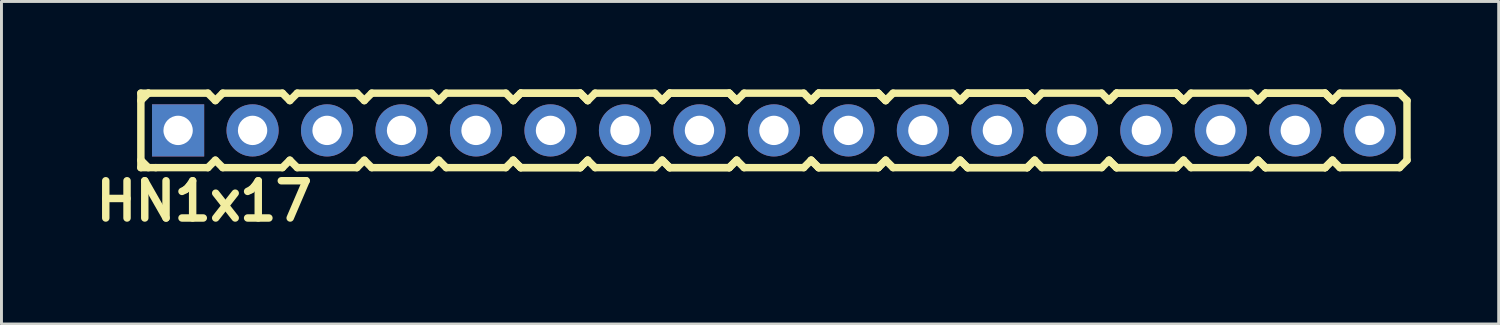
<source format=kicad_pcb>
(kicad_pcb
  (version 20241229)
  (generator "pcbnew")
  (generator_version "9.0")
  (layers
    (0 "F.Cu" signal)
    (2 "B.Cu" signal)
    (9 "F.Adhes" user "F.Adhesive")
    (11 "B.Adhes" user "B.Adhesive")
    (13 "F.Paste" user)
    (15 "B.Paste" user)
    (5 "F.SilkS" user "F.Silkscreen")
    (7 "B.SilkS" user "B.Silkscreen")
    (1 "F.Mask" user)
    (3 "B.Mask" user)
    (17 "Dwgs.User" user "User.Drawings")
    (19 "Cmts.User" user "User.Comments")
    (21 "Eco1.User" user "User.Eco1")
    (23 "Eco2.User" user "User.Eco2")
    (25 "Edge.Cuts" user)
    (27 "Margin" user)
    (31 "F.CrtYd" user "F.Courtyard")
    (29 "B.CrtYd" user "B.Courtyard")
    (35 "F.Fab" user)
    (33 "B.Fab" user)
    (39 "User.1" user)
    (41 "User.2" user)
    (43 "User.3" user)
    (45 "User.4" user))
  (footprint "HN1x17"
    (layer "F.Cu")
    (at 22.074 1.397)
    (property "Reference" "HN1x17" (at -18.161 2.413 0) (layer "F.SilkS") (effects (font (size 1.27 1.27) (thickness 0.254))))
    (attr smd)
    (fp_line (start -20.32 -1.27) (end -20.32 1.27) (stroke (width 0.254) (type solid)) (layer "F.SilkS"))
    (fp_line (start -20.32 -1.27) (end -20.066 -1.27) (stroke (width 0.254) (type solid)) (layer "F.SilkS"))
    (fp_line (start -20.32 -1.016) (end -20.066 -1.27) (stroke (width 0.254) (type solid)) (layer "F.SilkS"))
    (fp_line (start -20.066 -1.27) (end -18.034 -1.27) (stroke (width 0.254) (type solid)) (layer "F.SilkS"))
    (fp_line (start -20.066 1.27) (end -20.32 1.016) (stroke (width 0.254) (type solid)) (layer "F.SilkS"))
    (fp_line (start -19.812 1.27) (end -20.32 1.27) (stroke (width 0.254) (type solid)) (layer "F.SilkS"))
    (fp_line (start -18.034 -1.27) (end -17.78 -1.016) (stroke (width 0.254) (type solid)) (layer "F.SilkS"))
    (fp_line (start -18.034 1.27) (end -19.812 1.27) (stroke (width 0.254) (type solid)) (layer "F.SilkS"))
    (fp_line (start -17.78 -1.016) (end -17.526 -1.27) (stroke (width 0.254) (type solid)) (layer "F.SilkS"))
    (fp_line (start -17.78 1.016) (end -18.034 1.27) (stroke (width 0.254) (type solid)) (layer "F.SilkS"))
    (fp_line (start -17.526 -1.27) (end -15.494 -1.27) (stroke (width 0.254) (type solid)) (layer "F.SilkS"))
    (fp_line (start -17.526 1.27) (end -17.78 1.016) (stroke (width 0.254) (type solid)) (layer "F.SilkS"))
    (fp_line (start -15.494 -1.27) (end -15.24 -1.016) (stroke (width 0.254) (type solid)) (layer "F.SilkS"))
    (fp_line (start -15.494 1.27) (end -17.526 1.27) (stroke (width 0.254) (type solid)) (layer "F.SilkS"))
    (fp_line (start -15.494 1.27) (end -15.24 1.016) (stroke (width 0.254) (type solid)) (layer "F.SilkS"))
    (fp_line (start -15.24 -1.016) (end -14.986 -1.27) (stroke (width 0.254) (type solid)) (layer "F.SilkS"))
    (fp_line (start -15.24 1.016) (end -14.986 1.27) (stroke (width 0.254) (type solid)) (layer "F.SilkS"))
    (fp_line (start -14.986 -1.27) (end -12.954 -1.27) (stroke (width 0.254) (type solid)) (layer "F.SilkS"))
    (fp_line (start -12.954 -1.27) (end -12.7 -1.016) (stroke (width 0.254) (type solid)) (layer "F.SilkS"))
    (fp_line (start -12.954 1.27) (end -14.986 1.27) (stroke (width 0.254) (type solid)) (layer "F.SilkS"))
    (fp_line (start -12.7 -1.016) (end -12.446 -1.27) (stroke (width 0.254) (type solid)) (layer "F.SilkS"))
    (fp_line (start -12.7 1.016) (end -12.954 1.27) (stroke (width 0.254) (type solid)) (layer "F.SilkS"))
    (fp_line (start -12.446 -1.27) (end -10.414 -1.27) (stroke (width 0.254) (type solid)) (layer "F.SilkS"))
    (fp_line (start -12.446 1.27) (end -12.7 1.016) (stroke (width 0.254) (type solid)) (layer "F.SilkS"))
    (fp_line (start -10.414 -1.27) (end -10.16 -1.016) (stroke (width 0.254) (type solid)) (layer "F.SilkS"))
    (fp_line (start -10.414 1.27) (end -12.446 1.27) (stroke (width 0.254) (type solid)) (layer "F.SilkS"))
    (fp_line (start -10.16 -1.016) (end -9.906 -1.27) (stroke (width 0.254) (type solid)) (layer "F.SilkS"))
    (fp_line (start -10.16 1.016) (end -10.414 1.27) (stroke (width 0.254) (type solid)) (layer "F.SilkS"))
    (fp_line (start -9.906 -1.27) (end -7.874 -1.27) (stroke (width 0.254) (type solid)) (layer "F.SilkS"))
    (fp_line (start -9.906 1.27) (end -10.16 1.016) (stroke (width 0.254) (type solid)) (layer "F.SilkS"))
    (fp_line (start -7.874 -1.27) (end -7.62 -1.016) (stroke (width 0.254) (type solid)) (layer "F.SilkS"))
    (fp_line (start -7.874 1.27) (end -9.906 1.27) (stroke (width 0.254) (type solid)) (layer "F.SilkS"))
    (fp_line (start -7.62 -1.016) (end -7.366 -1.27) (stroke (width 0.254) (type solid)) (layer "F.SilkS"))
    (fp_line (start -7.62 -1.016) (end -7.366 -1.27) (stroke (width 0.254) (type solid)) (layer "F.SilkS"))
    (fp_line (start -7.62 1.016) (end -7.874 1.27) (stroke (width 0.254) (type solid)) (layer "F.SilkS"))
    (fp_line (start -7.366 -1.27) (end -5.334 -1.27) (stroke (width 0.254) (type solid)) (layer "F.SilkS"))
    (fp_line (start -7.366 -1.27) (end -5.334 -1.27) (stroke (width 0.254) (type solid)) (layer "F.SilkS"))
    (fp_line (start -7.366 1.27) (end -7.62 1.016) (stroke (width 0.254) (type solid)) (layer "F.SilkS"))
    (fp_line (start -7.366 1.27) (end -7.62 1.016) (stroke (width 0.254) (type solid)) (layer "F.SilkS"))
    (fp_line (start -5.334 -1.27) (end -5.08 -1.016) (stroke (width 0.254) (type solid)) (layer "F.SilkS"))
    (fp_line (start -5.334 -1.27) (end -5.08 -1.016) (stroke (width 0.254) (type solid)) (layer "F.SilkS"))
    (fp_line (start -5.334 1.27) (end -7.366 1.27) (stroke (width 0.254) (type solid)) (layer "F.SilkS"))
    (fp_line (start -5.334 1.27) (end -7.366 1.27) (stroke (width 0.254) (type solid)) (layer "F.SilkS"))
    (fp_line (start -5.08 -1.016) (end -4.826 -1.27) (stroke (width 0.254) (type solid)) (layer "F.SilkS"))
    (fp_line (start -5.08 1.016) (end -5.334 1.27) (stroke (width 0.254) (type solid)) (layer "F.SilkS"))
    (fp_line (start -5.08 1.016) (end -5.334 1.27) (stroke (width 0.254) (type solid)) (layer "F.SilkS"))
    (fp_line (start -4.826 -1.27) (end -2.794 -1.27) (stroke (width 0.254) (type solid)) (layer "F.SilkS"))
    (fp_line (start -4.826 1.27) (end -5.08 1.016) (stroke (width 0.254) (type solid)) (layer "F.SilkS"))
    (fp_line (start -2.794 -1.27) (end -2.54 -1.016) (stroke (width 0.254) (type solid)) (layer "F.SilkS"))
    (fp_line (start -2.794 1.27) (end -4.826 1.27) (stroke (width 0.254) (type solid)) (layer "F.SilkS"))
    (fp_line (start -2.54 -1.016) (end -2.286 -1.27) (stroke (width 0.254) (type solid)) (layer "F.SilkS"))
    (fp_line (start -2.54 -1.016) (end -2.286 -1.27) (stroke (width 0.254) (type solid)) (layer "F.SilkS"))
    (fp_line (start -2.54 1.016) (end -2.794 1.27) (stroke (width 0.254) (type solid)) (layer "F.SilkS"))
    (fp_line (start -2.286 -1.27) (end -0.254 -1.27) (stroke (width 0.254) (type solid)) (layer "F.SilkS"))
    (fp_line (start -2.286 -1.27) (end -0.254 -1.27) (stroke (width 0.254) (type solid)) (layer "F.SilkS"))
    (fp_line (start -2.286 1.27) (end -2.54 1.016) (stroke (width 0.254) (type solid)) (layer "F.SilkS"))
    (fp_line (start -2.286 1.27) (end -2.54 1.016) (stroke (width 0.254) (type solid)) (layer "F.SilkS"))
    (fp_line (start -0.254 -1.27) (end 0 -1.016) (stroke (width 0.254) (type solid)) (layer "F.SilkS"))
    (fp_line (start -0.254 -1.27) (end 0 -1.016) (stroke (width 0.254) (type solid)) (layer "F.SilkS"))
    (fp_line (start -0.254 1.27) (end -2.286 1.27) (stroke (width 0.254) (type solid)) (layer "F.SilkS"))
    (fp_line (start -0.254 1.27) (end -2.286 1.27) (stroke (width 0.254) (type solid)) (layer "F.SilkS"))
    (fp_line (start 0 -1.016) (end 0.254 -1.27) (stroke (width 0.254) (type solid)) (layer "F.SilkS"))
    (fp_line (start 0 1.016) (end -0.254 1.27) (stroke (width 0.254) (type solid)) (layer "F.SilkS"))
    (fp_line (start 0 1.016) (end -0.254 1.27) (stroke (width 0.254) (type solid)) (layer "F.SilkS"))
    (fp_line (start 0.254 -1.27) (end 2.286 -1.27) (stroke (width 0.254) (type solid)) (layer "F.SilkS"))
    (fp_line (start 0.254 1.27) (end 0 1.016) (stroke (width 0.254) (type solid)) (layer "F.SilkS"))
    (fp_line (start 2.286 -1.27) (end 2.54 -1.016) (stroke (width 0.254) (type solid)) (layer "F.SilkS"))
    (fp_line (start 2.286 1.27) (end 0.254 1.27) (stroke (width 0.254) (type solid)) (layer "F.SilkS"))
    (fp_line (start 2.54 -1.016) (end 2.794 -1.27) (stroke (width 0.254) (type solid)) (layer "F.SilkS"))
    (fp_line (start 2.54 -1.016) (end 2.794 -1.27) (stroke (width 0.254) (type solid)) (layer "F.SilkS"))
    (fp_line (start 2.54 1.016) (end 2.286 1.27) (stroke (width 0.254) (type solid)) (layer "F.SilkS"))
    (fp_line (start 2.794 -1.27) (end 4.826 -1.27) (stroke (width 0.254) (type solid)) (layer "F.SilkS"))
    (fp_line (start 2.794 -1.27) (end 4.826 -1.27) (stroke (width 0.254) (type solid)) (layer "F.SilkS"))
    (fp_line (start 2.794 1.27) (end 2.54 1.016) (stroke (width 0.254) (type solid)) (layer "F.SilkS"))
    (fp_line (start 2.794 1.27) (end 2.54 1.016) (stroke (width 0.254) (type solid)) (layer "F.SilkS"))
    (fp_line (start 4.826 -1.27) (end 5.08 -1.016) (stroke (width 0.254) (type solid)) (layer "F.SilkS"))
    (fp_line (start 4.826 -1.27) (end 5.08 -1.016) (stroke (width 0.254) (type solid)) (layer "F.SilkS"))
    (fp_line (start 4.826 1.27) (end 2.794 1.27) (stroke (width 0.254) (type solid)) (layer "F.SilkS"))
    (fp_line (start 4.826 1.27) (end 2.794 1.27) (stroke (width 0.254) (type solid)) (layer "F.SilkS"))
    (fp_line (start 5.08 -1.016) (end 5.334 -1.27) (stroke (width 0.254) (type solid)) (layer "F.SilkS"))
    (fp_line (start 5.08 1.016) (end 4.826 1.27) (stroke (width 0.254) (type solid)) (layer "F.SilkS"))
    (fp_line (start 5.08 1.016) (end 4.826 1.27) (stroke (width 0.254) (type solid)) (layer "F.SilkS"))
    (fp_line (start 5.334 -1.27) (end 7.366 -1.27) (stroke (width 0.254) (type solid)) (layer "F.SilkS"))
    (fp_line (start 5.334 1.27) (end 5.08 1.016) (stroke (width 0.254) (type solid)) (layer "F.SilkS"))
    (fp_line (start 7.366 -1.27) (end 7.62 -1.016) (stroke (width 0.254) (type solid)) (layer "F.SilkS"))
    (fp_line (start 7.366 1.27) (end 5.334 1.27) (stroke (width 0.254) (type solid)) (layer "F.SilkS"))
    (fp_line (start 7.62 -1.016) (end 7.874 -1.27) (stroke (width 0.254) (type solid)) (layer "F.SilkS"))
    (fp_line (start 7.62 -1.016) (end 7.874 -1.27) (stroke (width 0.254) (type solid)) (layer "F.SilkS"))
    (fp_line (start 7.62 1.016) (end 7.366 1.27) (stroke (width 0.254) (type solid)) (layer "F.SilkS"))
    (fp_line (start 7.874 -1.27) (end 9.906 -1.27) (stroke (width 0.254) (type solid)) (layer "F.SilkS"))
    (fp_line (start 7.874 -1.27) (end 9.906 -1.27) (stroke (width 0.254) (type solid)) (layer "F.SilkS"))
    (fp_line (start 7.874 1.27) (end 7.62 1.016) (stroke (width 0.254) (type solid)) (layer "F.SilkS"))
    (fp_line (start 7.874 1.27) (end 7.62 1.016) (stroke (width 0.254) (type solid)) (layer "F.SilkS"))
    (fp_line (start 9.906 -1.27) (end 10.16 -1.016) (stroke (width 0.254) (type solid)) (layer "F.SilkS"))
    (fp_line (start 9.906 -1.27) (end 10.16 -1.016) (stroke (width 0.254) (type solid)) (layer "F.SilkS"))
    (fp_line (start 9.906 1.27) (end 7.874 1.27) (stroke (width 0.254) (type solid)) (layer "F.SilkS"))
    (fp_line (start 9.906 1.27) (end 7.874 1.27) (stroke (width 0.254) (type solid)) (layer "F.SilkS"))
    (fp_line (start 10.16 -1.016) (end 10.414 -1.27) (stroke (width 0.254) (type solid)) (layer "F.SilkS"))
    (fp_line (start 10.16 1.016) (end 9.906 1.27) (stroke (width 0.254) (type solid)) (layer "F.SilkS"))
    (fp_line (start 10.16 1.016) (end 9.906 1.27) (stroke (width 0.254) (type solid)) (layer "F.SilkS"))
    (fp_line (start 10.414 -1.27) (end 12.446 -1.27) (stroke (width 0.254) (type solid)) (layer "F.SilkS"))
    (fp_line (start 10.414 1.27) (end 10.16 1.016) (stroke (width 0.254) (type solid)) (layer "F.SilkS"))
    (fp_line (start 12.446 -1.27) (end 12.7 -1.016) (stroke (width 0.254) (type solid)) (layer "F.SilkS"))
    (fp_line (start 12.446 1.27) (end 10.414 1.27) (stroke (width 0.254) (type solid)) (layer "F.SilkS"))
    (fp_line (start 12.7 -1.016) (end 12.954 -1.27) (stroke (width 0.254) (type solid)) (layer "F.SilkS"))
    (fp_line (start 12.7 -1.016) (end 12.954 -1.27) (stroke (width 0.254) (type solid)) (layer "F.SilkS"))
    (fp_line (start 12.7 1.016) (end 12.446 1.27) (stroke (width 0.254) (type solid)) (layer "F.SilkS"))
    (fp_line (start 12.954 -1.27) (end 14.986 -1.27) (stroke (width 0.254) (type solid)) (layer "F.SilkS"))
    (fp_line (start 12.954 -1.27) (end 14.986 -1.27) (stroke (width 0.254) (type solid)) (layer "F.SilkS"))
    (fp_line (start 12.954 1.27) (end 12.7 1.016) (stroke (width 0.254) (type solid)) (layer "F.SilkS"))
    (fp_line (start 12.954 1.27) (end 12.7 1.016) (stroke (width 0.254) (type solid)) (layer "F.SilkS"))
    (fp_line (start 14.986 -1.27) (end 15.24 -1.016) (stroke (width 0.254) (type solid)) (layer "F.SilkS"))
    (fp_line (start 14.986 -1.27) (end 15.24 -1.016) (stroke (width 0.254) (type solid)) (layer "F.SilkS"))
    (fp_line (start 14.986 1.27) (end 12.954 1.27) (stroke (width 0.254) (type solid)) (layer "F.SilkS"))
    (fp_line (start 14.986 1.27) (end 12.954 1.27) (stroke (width 0.254) (type solid)) (layer "F.SilkS"))
    (fp_line (start 15.24 -1.016) (end 15.494 -1.27) (stroke (width 0.254) (type solid)) (layer "F.SilkS"))
    (fp_line (start 15.24 1.016) (end 14.986 1.27) (stroke (width 0.254) (type solid)) (layer "F.SilkS"))
    (fp_line (start 15.24 1.016) (end 14.986 1.27) (stroke (width 0.254) (type solid)) (layer "F.SilkS"))
    (fp_line (start 15.494 -1.27) (end 17.526 -1.27) (stroke (width 0.254) (type solid)) (layer "F.SilkS"))
    (fp_line (start 15.494 1.27) (end 15.24 1.016) (stroke (width 0.254) (type solid)) (layer "F.SilkS"))
    (fp_line (start 17.526 -1.27) (end 17.78 -1.016) (stroke (width 0.254) (type solid)) (layer "F.SilkS"))
    (fp_line (start 17.526 1.27) (end 15.494 1.27) (stroke (width 0.254) (type solid)) (layer "F.SilkS"))
    (fp_line (start 17.78 -1.016) (end 18.034 -1.27) (stroke (width 0.254) (type solid)) (layer "F.SilkS"))
    (fp_line (start 17.78 -1.016) (end 18.034 -1.27) (stroke (width 0.254) (type solid)) (layer "F.SilkS"))
    (fp_line (start 17.78 1.016) (end 17.526 1.27) (stroke (width 0.254) (type solid)) (layer "F.SilkS"))
    (fp_line (start 18.034 -1.27) (end 20.066 -1.27) (stroke (width 0.254) (type solid)) (layer "F.SilkS"))
    (fp_line (start 18.034 -1.27) (end 20.066 -1.27) (stroke (width 0.254) (type solid)) (layer "F.SilkS"))
    (fp_line (start 18.034 1.27) (end 17.78 1.016) (stroke (width 0.254) (type solid)) (layer "F.SilkS"))
    (fp_line (start 18.034 1.27) (end 17.78 1.016) (stroke (width 0.254) (type solid)) (layer "F.SilkS"))
    (fp_line (start 20.066 -1.27) (end 20.32 -1.016) (stroke (width 0.254) (type solid)) (layer "F.SilkS"))
    (fp_line (start 20.066 -1.27) (end 20.32 -1.016) (stroke (width 0.254) (type solid)) (layer "F.SilkS"))
    (fp_line (start 20.066 1.27) (end 18.034 1.27) (stroke (width 0.254) (type solid)) (layer "F.SilkS"))
    (fp_line (start 20.066 1.27) (end 18.034 1.27) (stroke (width 0.254) (type solid)) (layer "F.SilkS"))
    (fp_line (start 20.32 -1.016) (end 20.574 -1.27) (stroke (width 0.254) (type solid)) (layer "F.SilkS"))
    (fp_line (start 20.32 1.016) (end 20.066 1.27) (stroke (width 0.254) (type solid)) (layer "F.SilkS"))
    (fp_line (start 20.32 1.016) (end 20.066 1.27) (stroke (width 0.254) (type solid)) (layer "F.SilkS"))
    (fp_line (start 20.574 -1.27) (end 22.606 -1.27) (stroke (width 0.254) (type solid)) (layer "F.SilkS"))
    (fp_line (start 20.574 1.27) (end 20.32 1.016) (stroke (width 0.254) (type solid)) (layer "F.SilkS"))
    (fp_line (start 22.606 -1.27) (end 22.86 -1.016) (stroke (width 0.254) (type solid)) (layer "F.SilkS"))
    (fp_line (start 22.606 1.27) (end 20.574 1.27) (stroke (width 0.254) (type solid)) (layer "F.SilkS"))
    (fp_line (start 22.86 -1.016) (end 22.86 1.016) (stroke (width 0.254) (type solid)) (layer "F.SilkS"))
    (fp_line (start 22.86 1.016) (end 22.606 1.27) (stroke (width 0.254) (type solid)) (layer "F.SilkS"))
    (pad "1" thru_hole rect (at -19.05 0) (size 1.778 1.778) (drill 1) (layers "*.Cu" "*.Mask"))
    (pad "2" thru_hole circle (at -16.51 0) (size 1.778 1.778) (drill 1) (layers "*.Cu" "*.Mask"))
    (pad "3" thru_hole circle (at -13.97 0) (size 1.778 1.778) (drill 1) (layers "*.Cu" "*.Mask"))
    (pad "4" thru_hole circle (at -11.43 0) (size 1.778 1.778) (drill 1) (layers "*.Cu" "*.Mask"))
    (pad "5" thru_hole circle (at -8.89 0) (size 1.778 1.778) (drill 1) (layers "*.Cu" "*.Mask"))
    (pad "6" thru_hole circle (at -6.35 0) (size 1.778 1.778) (drill 1) (layers "*.Cu" "*.Mask"))
    (pad "7" thru_hole circle (at -3.81 0) (size 1.778 1.778) (drill 1) (layers "*.Cu" "*.Mask"))
    (pad "8" thru_hole circle (at -1.27 0) (size 1.778 1.778) (drill 1) (layers "*.Cu" "*.Mask"))
    (pad "9" thru_hole circle (at 1.27 0) (size 1.778 1.778) (drill 1) (layers "*.Cu" "*.Mask"))
    (pad "10" thru_hole circle (at 3.81 0) (size 1.778 1.778) (drill 1) (layers "*.Cu" "*.Mask"))
    (pad "11" thru_hole circle (at 6.35 0) (size 1.778 1.778) (drill 1) (layers "*.Cu" "*.Mask"))
    (pad "12" thru_hole circle (at 8.89 0) (size 1.778 1.778) (drill 1) (layers "*.Cu" "*.Mask"))
    (pad "13" thru_hole circle (at 11.43 0) (size 1.778 1.778) (drill 1) (layers "*.Cu" "*.Mask"))
    (pad "14" thru_hole circle (at 13.97 0) (size 1.778 1.778) (drill 1) (layers "*.Cu" "*.Mask"))
    (pad "15" thru_hole circle (at 16.51 0) (size 1.778 1.778) (drill 1) (layers "*.Cu" "*.Mask"))
    (pad "16" thru_hole circle (at 19.05 0) (size 1.778 1.778) (drill 1) (layers "*.Cu" "*.Mask"))
    (pad "17" thru_hole circle (at 21.59 0) (size 1.778 1.778) (drill 1) (layers "*.Cu" "*.Mask")))
  (gr_rect
    (start -3 -3)
    (end 48.061 7.999)
    (stroke (width 0.1) (type default))
    (fill no)
    (layer "Edge.Cuts")))
</source>
